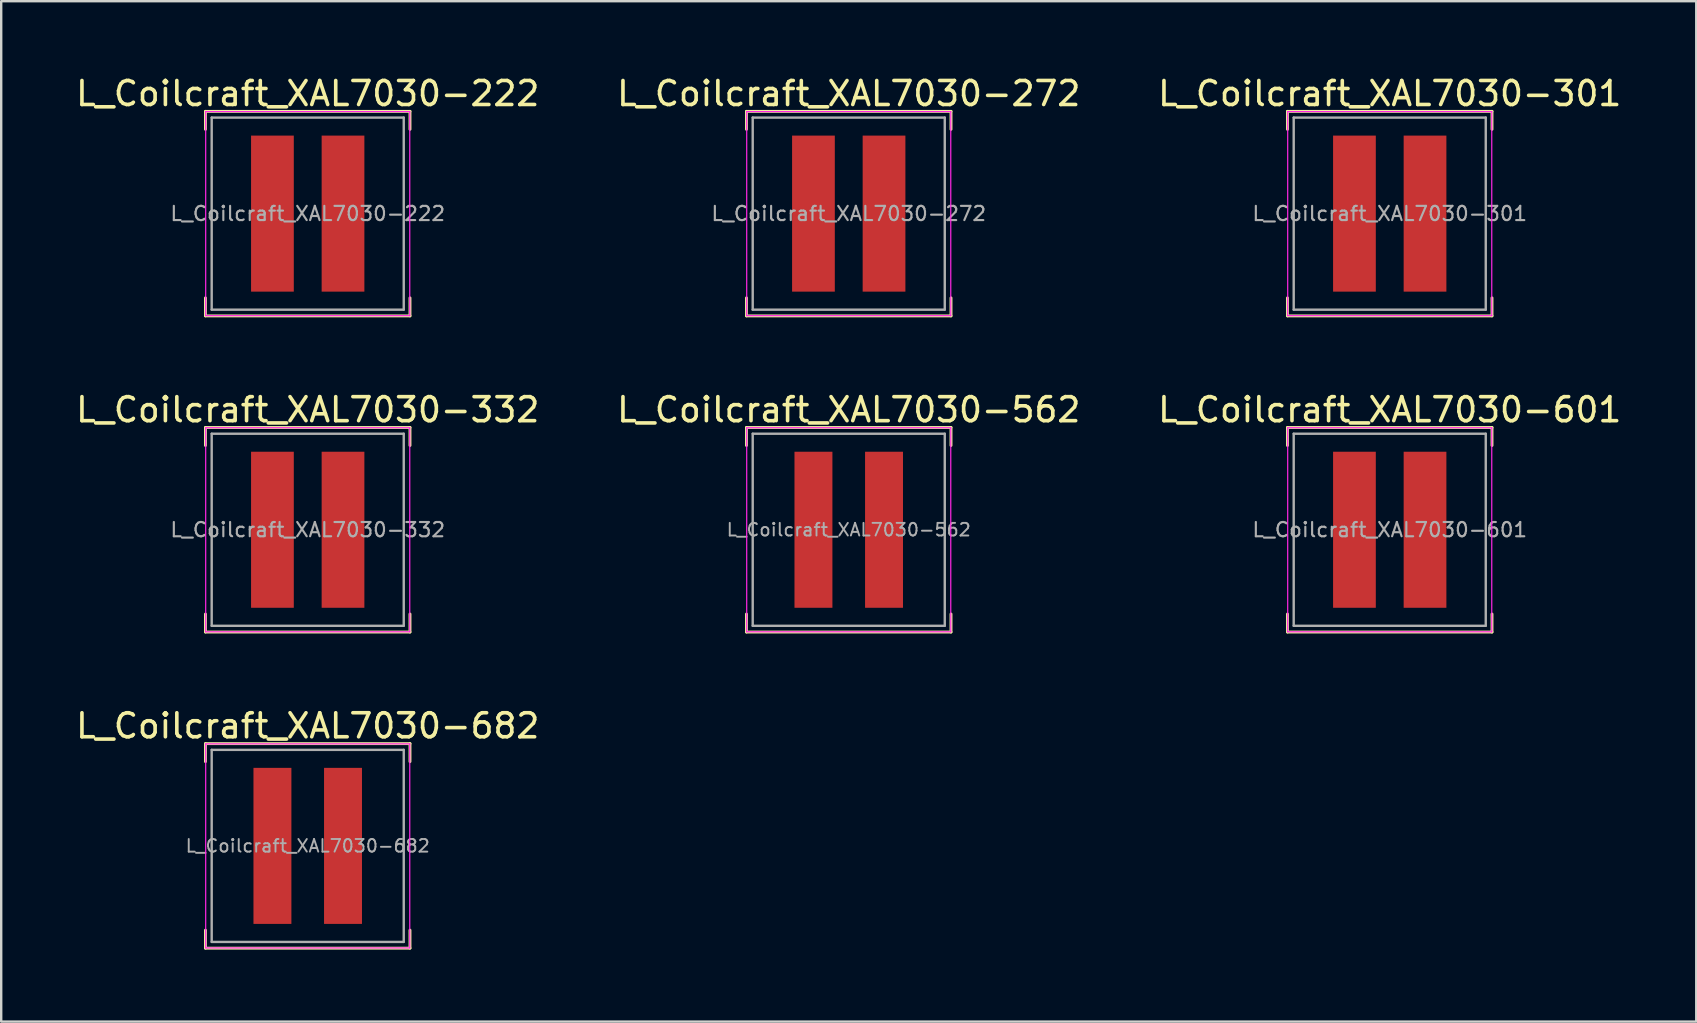
<source format=kicad_pcb>
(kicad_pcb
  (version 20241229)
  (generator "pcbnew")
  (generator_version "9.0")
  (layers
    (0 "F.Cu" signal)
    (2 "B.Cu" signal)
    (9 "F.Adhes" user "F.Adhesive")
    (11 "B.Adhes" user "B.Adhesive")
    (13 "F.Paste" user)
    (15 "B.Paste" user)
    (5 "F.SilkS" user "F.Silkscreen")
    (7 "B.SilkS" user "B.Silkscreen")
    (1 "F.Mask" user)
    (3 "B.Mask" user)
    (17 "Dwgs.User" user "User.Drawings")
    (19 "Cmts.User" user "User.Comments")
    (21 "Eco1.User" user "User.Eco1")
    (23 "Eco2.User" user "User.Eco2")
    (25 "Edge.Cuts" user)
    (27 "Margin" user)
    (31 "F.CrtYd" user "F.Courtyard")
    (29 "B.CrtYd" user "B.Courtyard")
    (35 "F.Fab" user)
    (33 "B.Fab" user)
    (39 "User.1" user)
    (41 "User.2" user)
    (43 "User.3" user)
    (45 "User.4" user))
  (footprint "L_Coilcraft_XAL7030-682"
    (layer "F.Cu")
    (at 9.768 32.185)
    (property "Reference" "L_Coilcraft_XAL7030-682" (at 0 -5 0) (layer "F.SilkS") (effects (font (size 1 1) (thickness 0.15))))
    (attr smd)
    (fp_line (start -4.26 -4.26) (end -4.26 -3.51) (stroke (width 0.12) (type solid)) (layer "F.SilkS"))
    (fp_line (start -4.26 -4.26) (end 4.26 -4.26) (stroke (width 0.12) (type solid)) (layer "F.SilkS"))
    (fp_line (start -4.26 4.26) (end -4.26 3.51) (stroke (width 0.12) (type solid)) (layer "F.SilkS"))
    (fp_line (start -4.26 4.26) (end 4.26 4.26) (stroke (width 0.12) (type solid)) (layer "F.SilkS"))
    (fp_line (start 4.26 -4.26) (end 4.26 -3.51) (stroke (width 0.12) (type solid)) (layer "F.SilkS"))
    (fp_line (start 4.26 4.26) (end 4.26 3.51) (stroke (width 0.12) (type solid)) (layer "F.SilkS"))
    (fp_line (start -4.25 -4.25) (end -4.25 4.25) (stroke (width 0.05) (type solid)) (layer "F.CrtYd"))
    (fp_line (start -4.25 4.25) (end 4.25 4.25) (stroke (width 0.05) (type solid)) (layer "F.CrtYd"))
    (fp_line (start 4.25 -4.25) (end -4.25 -4.25) (stroke (width 0.05) (type solid)) (layer "F.CrtYd"))
    (fp_line (start 4.25 4.25) (end 4.25 -4.25) (stroke (width 0.05) (type solid)) (layer "F.CrtYd"))
    (fp_line (start -4 -4) (end -4 4) (stroke (width 0.1) (type solid)) (layer "F.Fab"))
    (fp_line (start -4 4) (end 4 4) (stroke (width 0.1) (type solid)) (layer "F.Fab"))
    (fp_line (start 4 -4) (end -4 -4) (stroke (width 0.1) (type solid)) (layer "F.Fab"))
    (fp_line (start 4 4) (end 4 -4) (stroke (width 0.1) (type solid)) (layer "F.Fab"))
    (fp_text user "${REFERENCE}" (at 0 0 0) (layer "F.Fab") (effects (font (size 0.527 0.527) (thickness 0.079))))
    (pad "1" smd rect (at -1.47 0) (size 1.58 6.5) (layers "F.Cu" "F.Mask" "F.Paste"))
    (pad "2" smd rect (at 1.47 0) (size 1.58 6.5) (layers "F.Cu" "F.Mask" "F.Paste")))
  (footprint "L_Coilcraft_XAL7030-222"
    (layer "F.Cu")
    (at 9.768 5.848)
    (property "Reference" "L_Coilcraft_XAL7030-222" (at 0 -5 0) (layer "F.SilkS") (effects (font (size 1 1) (thickness 0.15))))
    (attr smd)
    (fp_line (start -4.26 -4.26) (end -4.26 -3.51) (stroke (width 0.12) (type solid)) (layer "F.SilkS"))
    (fp_line (start -4.26 -4.26) (end 4.26 -4.26) (stroke (width 0.12) (type solid)) (layer "F.SilkS"))
    (fp_line (start -4.26 4.26) (end -4.26 3.51) (stroke (width 0.12) (type solid)) (layer "F.SilkS"))
    (fp_line (start -4.26 4.26) (end 4.26 4.26) (stroke (width 0.12) (type solid)) (layer "F.SilkS"))
    (fp_line (start 4.26 -4.26) (end 4.26 -3.51) (stroke (width 0.12) (type solid)) (layer "F.SilkS"))
    (fp_line (start 4.26 4.26) (end 4.26 3.51) (stroke (width 0.12) (type solid)) (layer "F.SilkS"))
    (fp_line (start -4.25 -4.25) (end -4.25 4.25) (stroke (width 0.05) (type solid)) (layer "F.CrtYd"))
    (fp_line (start -4.25 4.25) (end 4.25 4.25) (stroke (width 0.05) (type solid)) (layer "F.CrtYd"))
    (fp_line (start 4.25 -4.25) (end -4.25 -4.25) (stroke (width 0.05) (type solid)) (layer "F.CrtYd"))
    (fp_line (start 4.25 4.25) (end 4.25 -4.25) (stroke (width 0.05) (type solid)) (layer "F.CrtYd"))
    (fp_line (start -4 -4) (end -4 4) (stroke (width 0.1) (type solid)) (layer "F.Fab"))
    (fp_line (start -4 4) (end 4 4) (stroke (width 0.1) (type solid)) (layer "F.Fab"))
    (fp_line (start 4 -4) (end -4 -4) (stroke (width 0.1) (type solid)) (layer "F.Fab"))
    (fp_line (start 4 4) (end 4 -4) (stroke (width 0.1) (type solid)) (layer "F.Fab"))
    (fp_text user "${REFERENCE}" (at 0 0 0) (layer "F.Fab") (effects (font (size 0.593 0.593) (thickness 0.089))))
    (pad "1" smd rect (at -1.47 0) (size 1.78 6.5) (layers "F.Cu" "F.Mask" "F.Paste"))
    (pad "2" smd rect (at 1.47 0) (size 1.78 6.5) (layers "F.Cu" "F.Mask" "F.Paste")))
  (footprint "L_Coilcraft_XAL7030-601"
    (layer "F.Cu")
    (at 54.839 19.017)
    (property "Reference" "L_Coilcraft_XAL7030-601" (at 0 -5 0) (layer "F.SilkS") (effects (font (size 1 1) (thickness 0.15))))
    (attr smd)
    (fp_line (start -4.26 -4.26) (end -4.26 -3.51) (stroke (width 0.12) (type solid)) (layer "F.SilkS"))
    (fp_line (start -4.26 -4.26) (end 4.26 -4.26) (stroke (width 0.12) (type solid)) (layer "F.SilkS"))
    (fp_line (start -4.26 4.26) (end -4.26 3.51) (stroke (width 0.12) (type solid)) (layer "F.SilkS"))
    (fp_line (start -4.26 4.26) (end 4.26 4.26) (stroke (width 0.12) (type solid)) (layer "F.SilkS"))
    (fp_line (start 4.26 -4.26) (end 4.26 -3.51) (stroke (width 0.12) (type solid)) (layer "F.SilkS"))
    (fp_line (start 4.26 4.26) (end 4.26 3.51) (stroke (width 0.12) (type solid)) (layer "F.SilkS"))
    (fp_line (start -4.25 -4.25) (end -4.25 4.25) (stroke (width 0.05) (type solid)) (layer "F.CrtYd"))
    (fp_line (start -4.25 4.25) (end 4.25 4.25) (stroke (width 0.05) (type solid)) (layer "F.CrtYd"))
    (fp_line (start 4.25 -4.25) (end -4.25 -4.25) (stroke (width 0.05) (type solid)) (layer "F.CrtYd"))
    (fp_line (start 4.25 4.25) (end 4.25 -4.25) (stroke (width 0.05) (type solid)) (layer "F.CrtYd"))
    (fp_line (start -4 -4) (end -4 4) (stroke (width 0.1) (type solid)) (layer "F.Fab"))
    (fp_line (start -4 4) (end 4 4) (stroke (width 0.1) (type solid)) (layer "F.Fab"))
    (fp_line (start 4 -4) (end -4 -4) (stroke (width 0.1) (type solid)) (layer "F.Fab"))
    (fp_line (start 4 4) (end 4 -4) (stroke (width 0.1) (type solid)) (layer "F.Fab"))
    (fp_text user "${REFERENCE}" (at 0 0 0) (layer "F.Fab") (effects (font (size 0.593 0.593) (thickness 0.089))))
    (pad "1" smd rect (at -1.47 0) (size 1.78 6.5) (layers "F.Cu" "F.Mask" "F.Paste"))
    (pad "2" smd rect (at 1.47 0) (size 1.78 6.5) (layers "F.Cu" "F.Mask" "F.Paste")))
  (footprint "L_Coilcraft_XAL7030-332"
    (layer "F.Cu")
    (at 9.768 19.017)
    (property "Reference" "L_Coilcraft_XAL7030-332" (at 0 -5 0) (layer "F.SilkS") (effects (font (size 1 1) (thickness 0.15))))
    (attr smd)
    (fp_line (start -4.26 -4.26) (end -4.26 -3.51) (stroke (width 0.12) (type solid)) (layer "F.SilkS"))
    (fp_line (start -4.26 -4.26) (end 4.26 -4.26) (stroke (width 0.12) (type solid)) (layer "F.SilkS"))
    (fp_line (start -4.26 4.26) (end -4.26 3.51) (stroke (width 0.12) (type solid)) (layer "F.SilkS"))
    (fp_line (start -4.26 4.26) (end 4.26 4.26) (stroke (width 0.12) (type solid)) (layer "F.SilkS"))
    (fp_line (start 4.26 -4.26) (end 4.26 -3.51) (stroke (width 0.12) (type solid)) (layer "F.SilkS"))
    (fp_line (start 4.26 4.26) (end 4.26 3.51) (stroke (width 0.12) (type solid)) (layer "F.SilkS"))
    (fp_line (start -4.25 -4.25) (end -4.25 4.25) (stroke (width 0.05) (type solid)) (layer "F.CrtYd"))
    (fp_line (start -4.25 4.25) (end 4.25 4.25) (stroke (width 0.05) (type solid)) (layer "F.CrtYd"))
    (fp_line (start 4.25 -4.25) (end -4.25 -4.25) (stroke (width 0.05) (type solid)) (layer "F.CrtYd"))
    (fp_line (start 4.25 4.25) (end 4.25 -4.25) (stroke (width 0.05) (type solid)) (layer "F.CrtYd"))
    (fp_line (start -4 -4) (end -4 4) (stroke (width 0.1) (type solid)) (layer "F.Fab"))
    (fp_line (start -4 4) (end 4 4) (stroke (width 0.1) (type solid)) (layer "F.Fab"))
    (fp_line (start 4 -4) (end -4 -4) (stroke (width 0.1) (type solid)) (layer "F.Fab"))
    (fp_line (start 4 4) (end 4 -4) (stroke (width 0.1) (type solid)) (layer "F.Fab"))
    (fp_text user "${REFERENCE}" (at 0 0 0) (layer "F.Fab") (effects (font (size 0.593 0.593) (thickness 0.089))))
    (pad "1" smd rect (at -1.47 0) (size 1.78 6.5) (layers "F.Cu" "F.Mask" "F.Paste"))
    (pad "2" smd rect (at 1.47 0) (size 1.78 6.5) (layers "F.Cu" "F.Mask" "F.Paste")))
  (footprint "L_Coilcraft_XAL7030-272"
    (layer "F.Cu")
    (at 32.304 5.848)
    (property "Reference" "L_Coilcraft_XAL7030-272" (at 0 -5 0) (layer "F.SilkS") (effects (font (size 1 1) (thickness 0.15))))
    (attr smd)
    (fp_line (start -4.26 -4.26) (end -4.26 -3.51) (stroke (width 0.12) (type solid)) (layer "F.SilkS"))
    (fp_line (start -4.26 -4.26) (end 4.26 -4.26) (stroke (width 0.12) (type solid)) (layer "F.SilkS"))
    (fp_line (start -4.26 4.26) (end -4.26 3.51) (stroke (width 0.12) (type solid)) (layer "F.SilkS"))
    (fp_line (start -4.26 4.26) (end 4.26 4.26) (stroke (width 0.12) (type solid)) (layer "F.SilkS"))
    (fp_line (start 4.26 -4.26) (end 4.26 -3.51) (stroke (width 0.12) (type solid)) (layer "F.SilkS"))
    (fp_line (start 4.26 4.26) (end 4.26 3.51) (stroke (width 0.12) (type solid)) (layer "F.SilkS"))
    (fp_line (start -4.25 -4.25) (end -4.25 4.25) (stroke (width 0.05) (type solid)) (layer "F.CrtYd"))
    (fp_line (start -4.25 4.25) (end 4.25 4.25) (stroke (width 0.05) (type solid)) (layer "F.CrtYd"))
    (fp_line (start 4.25 -4.25) (end -4.25 -4.25) (stroke (width 0.05) (type solid)) (layer "F.CrtYd"))
    (fp_line (start 4.25 4.25) (end 4.25 -4.25) (stroke (width 0.05) (type solid)) (layer "F.CrtYd"))
    (fp_line (start -4 -4) (end -4 4) (stroke (width 0.1) (type solid)) (layer "F.Fab"))
    (fp_line (start -4 4) (end 4 4) (stroke (width 0.1) (type solid)) (layer "F.Fab"))
    (fp_line (start 4 -4) (end -4 -4) (stroke (width 0.1) (type solid)) (layer "F.Fab"))
    (fp_line (start 4 4) (end 4 -4) (stroke (width 0.1) (type solid)) (layer "F.Fab"))
    (fp_text user "${REFERENCE}" (at 0 0 0) (layer "F.Fab") (effects (font (size 0.593 0.593) (thickness 0.089))))
    (pad "1" smd rect (at -1.47 0) (size 1.78 6.5) (layers "F.Cu" "F.Mask" "F.Paste"))
    (pad "2" smd rect (at 1.47 0) (size 1.78 6.5) (layers "F.Cu" "F.Mask" "F.Paste")))
  (footprint "L_Coilcraft_XAL7030-562"
    (layer "F.Cu")
    (at 32.304 19.017)
    (property "Reference" "L_Coilcraft_XAL7030-562" (at 0 -5 0) (layer "F.SilkS") (effects (font (size 1 1) (thickness 0.15))))
    (attr smd)
    (fp_line (start -4.26 -4.26) (end -4.26 -3.51) (stroke (width 0.12) (type solid)) (layer "F.SilkS"))
    (fp_line (start -4.26 -4.26) (end 4.26 -4.26) (stroke (width 0.12) (type solid)) (layer "F.SilkS"))
    (fp_line (start -4.26 4.26) (end -4.26 3.51) (stroke (width 0.12) (type solid)) (layer "F.SilkS"))
    (fp_line (start -4.26 4.26) (end 4.26 4.26) (stroke (width 0.12) (type solid)) (layer "F.SilkS"))
    (fp_line (start 4.26 -4.26) (end 4.26 -3.51) (stroke (width 0.12) (type solid)) (layer "F.SilkS"))
    (fp_line (start 4.26 4.26) (end 4.26 3.51) (stroke (width 0.12) (type solid)) (layer "F.SilkS"))
    (fp_line (start -4.25 -4.25) (end -4.25 4.25) (stroke (width 0.05) (type solid)) (layer "F.CrtYd"))
    (fp_line (start -4.25 4.25) (end 4.25 4.25) (stroke (width 0.05) (type solid)) (layer "F.CrtYd"))
    (fp_line (start 4.25 -4.25) (end -4.25 -4.25) (stroke (width 0.05) (type solid)) (layer "F.CrtYd"))
    (fp_line (start 4.25 4.25) (end 4.25 -4.25) (stroke (width 0.05) (type solid)) (layer "F.CrtYd"))
    (fp_line (start -4 -4) (end -4 4) (stroke (width 0.1) (type solid)) (layer "F.Fab"))
    (fp_line (start -4 4) (end 4 4) (stroke (width 0.1) (type solid)) (layer "F.Fab"))
    (fp_line (start 4 -4) (end -4 -4) (stroke (width 0.1) (type solid)) (layer "F.Fab"))
    (fp_line (start 4 4) (end 4 -4) (stroke (width 0.1) (type solid)) (layer "F.Fab"))
    (fp_text user "${REFERENCE}" (at 0 0 0) (layer "F.Fab") (effects (font (size 0.527 0.527) (thickness 0.079))))
    (pad "1" smd rect (at -1.47 0) (size 1.58 6.5) (layers "F.Cu" "F.Mask" "F.Paste"))
    (pad "2" smd rect (at 1.47 0) (size 1.58 6.5) (layers "F.Cu" "F.Mask" "F.Paste")))
  (footprint "L_Coilcraft_XAL7030-301"
    (layer "F.Cu")
    (at 54.839 5.848)
    (property "Reference" "L_Coilcraft_XAL7030-301" (at 0 -5 0) (layer "F.SilkS") (effects (font (size 1 1) (thickness 0.15))))
    (attr smd)
    (fp_line (start -4.26 -4.26) (end -4.26 -3.51) (stroke (width 0.12) (type solid)) (layer "F.SilkS"))
    (fp_line (start -4.26 -4.26) (end 4.26 -4.26) (stroke (width 0.12) (type solid)) (layer "F.SilkS"))
    (fp_line (start -4.26 4.26) (end -4.26 3.51) (stroke (width 0.12) (type solid)) (layer "F.SilkS"))
    (fp_line (start -4.26 4.26) (end 4.26 4.26) (stroke (width 0.12) (type solid)) (layer "F.SilkS"))
    (fp_line (start 4.26 -4.26) (end 4.26 -3.51) (stroke (width 0.12) (type solid)) (layer "F.SilkS"))
    (fp_line (start 4.26 4.26) (end 4.26 3.51) (stroke (width 0.12) (type solid)) (layer "F.SilkS"))
    (fp_line (start -4.25 -4.25) (end -4.25 4.25) (stroke (width 0.05) (type solid)) (layer "F.CrtYd"))
    (fp_line (start -4.25 4.25) (end 4.25 4.25) (stroke (width 0.05) (type solid)) (layer "F.CrtYd"))
    (fp_line (start 4.25 -4.25) (end -4.25 -4.25) (stroke (width 0.05) (type solid)) (layer "F.CrtYd"))
    (fp_line (start 4.25 4.25) (end 4.25 -4.25) (stroke (width 0.05) (type solid)) (layer "F.CrtYd"))
    (fp_line (start -4 -4) (end -4 4) (stroke (width 0.1) (type solid)) (layer "F.Fab"))
    (fp_line (start -4 4) (end 4 4) (stroke (width 0.1) (type solid)) (layer "F.Fab"))
    (fp_line (start 4 -4) (end -4 -4) (stroke (width 0.1) (type solid)) (layer "F.Fab"))
    (fp_line (start 4 4) (end 4 -4) (stroke (width 0.1) (type solid)) (layer "F.Fab"))
    (fp_text user "${REFERENCE}" (at 0 0 0) (layer "F.Fab") (effects (font (size 0.593 0.593) (thickness 0.089))))
    (pad "1" smd rect (at -1.47 0) (size 1.78 6.5) (layers "F.Cu" "F.Mask" "F.Paste"))
    (pad "2" smd rect (at 1.47 0) (size 1.78 6.5) (layers "F.Cu" "F.Mask" "F.Paste")))
  (gr_rect
    (start -3 -3)
    (end 67.607 39.505)
    (stroke (width 0.1) (type default))
    (fill no)
    (layer "Edge.Cuts")))
</source>
